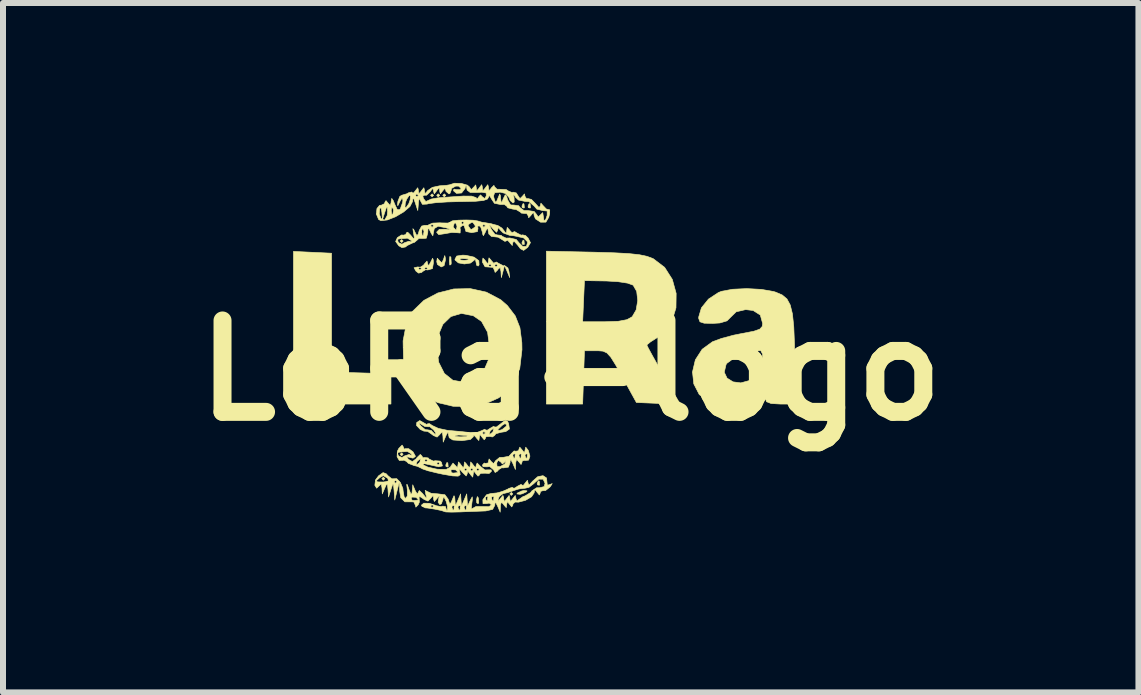
<source format=kicad_pcb>
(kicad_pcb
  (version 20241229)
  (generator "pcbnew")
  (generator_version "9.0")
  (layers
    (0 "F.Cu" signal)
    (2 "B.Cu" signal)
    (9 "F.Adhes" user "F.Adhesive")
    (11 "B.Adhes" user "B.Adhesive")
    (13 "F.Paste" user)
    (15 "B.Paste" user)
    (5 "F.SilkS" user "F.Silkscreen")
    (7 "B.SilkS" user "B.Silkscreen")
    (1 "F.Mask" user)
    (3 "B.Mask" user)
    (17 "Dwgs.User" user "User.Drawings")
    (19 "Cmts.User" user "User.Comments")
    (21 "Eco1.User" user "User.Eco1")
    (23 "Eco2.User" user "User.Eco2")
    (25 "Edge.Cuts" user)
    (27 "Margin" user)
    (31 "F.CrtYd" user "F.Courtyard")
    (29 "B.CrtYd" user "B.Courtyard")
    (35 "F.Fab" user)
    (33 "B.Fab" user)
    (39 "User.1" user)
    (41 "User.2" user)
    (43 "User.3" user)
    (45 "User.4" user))
  (footprint "LoRa-logo"
    (layer "F.Cu")
    (at 6.466 3.128)
    (property "Reference" "LoRa-logo" (at 0 0 0) (layer "F.SilkS") (effects (font (size 1.524 1.524) (thickness 0.3))))
    (attr through_hole)
    (fp_poly (pts (xy -1.104 -1.753) (xy -1.101 -1.745) (xy -1.106 -1.745) (xy -1.104 -1.753)) (stroke (width 0.01) (type solid)) (fill yes) (layer "F.SilkS"))
    (fp_poly (pts (xy -3.099 1.803) (xy -3.124 1.829) (xy -3.15 1.803) (xy -3.124 1.778) (xy -3.099 1.803)) (stroke (width 0.01) (type solid)) (fill yes) (layer "F.SilkS"))
    (fp_poly (pts (xy -2.794 -2.159) (xy -2.819 -2.134) (xy -2.845 -2.159) (xy -2.819 -2.184) (xy -2.794 -2.159)) (stroke (width 0.01) (type solid)) (fill yes) (layer "F.SilkS"))
    (fp_poly (pts (xy -2.794 1.397) (xy -2.819 1.422) (xy -2.845 1.397) (xy -2.819 1.372) (xy -2.794 1.397)) (stroke (width 0.01) (type solid)) (fill yes) (layer "F.SilkS"))
    (fp_poly (pts (xy -2.286 -2.921) (xy -2.311 -2.896) (xy -2.337 -2.921) (xy -2.311 -2.946) (xy -2.286 -2.921)) (stroke (width 0.01) (type solid)) (fill yes) (layer "F.SilkS"))
    (fp_poly (pts (xy -2.184 -2.921) (xy -2.21 -2.896) (xy -2.235 -2.921) (xy -2.21 -2.946) (xy -2.184 -2.921)) (stroke (width 0.01) (type solid)) (fill yes) (layer "F.SilkS"))
    (fp_poly (pts (xy -2.083 -2.921) (xy -2.108 -2.896) (xy -2.134 -2.921) (xy -2.108 -2.946) (xy -2.083 -2.921)) (stroke (width 0.01) (type solid)) (fill yes) (layer "F.SilkS"))
    (fp_poly (pts (xy -0.965 2.057) (xy -0.991 2.083) (xy -1.016 2.057) (xy -0.991 2.032) (xy -0.965 2.057)) (stroke (width 0.01) (type solid)) (fill yes) (layer "F.SilkS"))
    (fp_poly (pts (xy -2.049 1.541) (xy -2.043 1.601) (xy -2.049 1.609) (xy -2.079 1.602) (xy -2.083 1.575) (xy -2.064 1.533) (xy -2.049 1.541)) (stroke (width 0.01) (type solid)) (fill yes) (layer "F.SilkS"))
    (fp_poly (pts (xy -1.998 -1.892) (xy -1.992 -1.788) (xy -1.998 -1.765) (xy -2.017 -1.759) (xy -2.024 -1.829) (xy -2.016 -1.901) (xy -1.998 -1.892)) (stroke (width 0.01) (type solid)) (fill yes) (layer "F.SilkS"))
    (fp_poly (pts (xy -1.54 2.124) (xy -1.534 2.203) (xy -1.544 2.221) (xy -1.567 2.206) (xy -1.571 2.155) (xy -1.558 2.101) (xy -1.54 2.124)) (stroke (width 0.01) (type solid)) (fill yes) (layer "F.SilkS"))
    (fp_poly (pts (xy -1.093 -1.744) (xy -1.047 -1.709) (xy -1.03 -1.651) (xy -1.017 -1.549) (xy -1.06 -1.651) (xy -1.101 -1.745) (xy -1.093 -1.744)) (stroke (width 0.01) (type solid)) (fill yes) (layer "F.SilkS"))
    (fp_poly (pts (xy -0.779 -2.777) (xy -0.773 -2.717) (xy -0.779 -2.709) (xy -0.809 -2.716) (xy -0.813 -2.743) (xy -0.794 -2.785) (xy -0.779 -2.777)) (stroke (width 0.01) (type solid)) (fill yes) (layer "F.SilkS"))
    (fp_poly (pts (xy -0.779 -2.167) (xy -0.773 -2.107) (xy -0.779 -2.1) (xy -0.809 -2.107) (xy -0.813 -2.134) (xy -0.794 -2.175) (xy -0.779 -2.167)) (stroke (width 0.01) (type solid)) (fill yes) (layer "F.SilkS"))
    (fp_poly (pts (xy -0.677 -2.777) (xy -0.671 -2.717) (xy -0.677 -2.709) (xy -0.708 -2.716) (xy -0.711 -2.743) (xy -0.693 -2.785) (xy -0.677 -2.777)) (stroke (width 0.01) (type solid)) (fill yes) (layer "F.SilkS"))
    (fp_poly (pts (xy -0.525 1.846) (xy -0.519 1.906) (xy -0.525 1.913) (xy -0.555 1.906) (xy -0.559 1.88) (xy -0.54 1.838) (xy -0.525 1.846)) (stroke (width 0.01) (type solid)) (fill yes) (layer "F.SilkS"))
    (fp_poly (pts (xy -4.305 -1.971) (xy -3.988 -1.956) (xy -3.988 0.025) (xy -3.493 0.04) (xy -2.997 0.054) (xy -2.997 0.559) (xy -4.623 0.559) (xy -4.623 -1.986) (xy -4.305 -1.971)) (stroke (width 0.01) (type solid)) (fill yes) (layer "F.SilkS"))
    (fp_poly (pts (xy -0.729 2.006) (xy -0.733 2.02) (xy -0.807 2.055) (xy -0.844 2.064) (xy -0.897 2.058) (xy -0.892 2.044) (xy -0.819 2.009) (xy -0.781 2) (xy -0.729 2.006)) (stroke (width 0.01) (type solid)) (fill yes) (layer "F.SilkS"))
    (fp_poly (pts (xy -2.091 -1.879) (xy -2.089 -1.841) (xy -2.112 -1.748) (xy -2.159 -1.727) (xy -2.223 -1.769) (xy -2.234 -1.816) (xy -2.225 -1.873) (xy -2.189 -1.835) (xy -2.189 -1.834) (xy -2.149 -1.796) (xy -2.121 -1.852) (xy -2.119 -1.86) (xy -2.1 -1.917) (xy -2.091 -1.879)) (stroke (width 0.01) (type solid)) (fill yes) (layer "F.SilkS"))
    (fp_poly (pts (xy -1.747 -1.921) (xy -1.612 -1.891) (xy -1.532 -1.831) (xy -1.528 -1.761) (xy -1.543 -1.742) (xy -1.57 -1.756) (xy -1.579 -1.808) (xy -1.592 -1.86) (xy -1.608 -1.841) (xy -1.671 -1.792) (xy -1.774 -1.777) (xy -1.874 -1.795) (xy -1.929 -1.844) (xy -1.929 -1.844) (xy -1.848 -1.844) (xy -1.778 -1.837) (xy -1.706 -1.845) (xy -1.714 -1.862) (xy -1.819 -1.869) (xy -1.841 -1.862) (xy -1.848 -1.844) (xy -1.929 -1.844) (xy -1.93 -1.856) (xy -1.901 -1.909) (xy -1.801 -1.924) (xy -1.747 -1.921)) (stroke (width 0.01) (type solid)) (fill yes) (layer "F.SilkS"))
    (fp_poly (pts (xy -2.292 -1.845) (xy -2.29 -1.791) (xy -2.306 -1.699) (xy -2.383 -1.677) (xy -2.41 -1.68) (xy -2.388 -1.702) (xy -2.413 -1.727) (xy -2.438 -1.702) (xy -2.417 -1.68) (xy -2.42 -1.681) (xy -2.473 -1.649) (xy -2.484 -1.636) (xy -2.537 -1.624) (xy -2.58 -1.657) (xy -2.612 -1.713) (xy -2.555 -1.727) (xy -2.518 -1.724) (xy -2.54 -1.702) (xy -2.515 -1.676) (xy -2.489 -1.702) (xy -2.511 -1.723) (xy -2.508 -1.723) (xy -2.456 -1.755) (xy -2.432 -1.786) (xy -2.396 -1.825) (xy -2.385 -1.778) (xy -2.37 -1.746) (xy -2.337 -1.803) (xy -2.303 -1.872) (xy -2.292 -1.845)) (stroke (width 0.01) (type solid)) (fill yes) (layer "F.SilkS"))
    (fp_poly (pts (xy -1.329 -1.841) (xy -1.321 -1.829) (xy -1.28 -1.785) (xy -1.271 -1.797) (xy -1.24 -1.81) (xy -1.206 -1.789) (xy -1.122 -1.746) (xy -1.106 -1.745) (xy -1.13 -1.651) (xy -1.157 -1.549) (xy -1.163 -1.651) (xy -1.176 -1.718) (xy -1.21 -1.691) (xy -1.219 -1.676) (xy -1.26 -1.635) (xy -1.269 -1.664) (xy -1.294 -1.719) (xy -1.308 -1.721) (xy -1.428 -1.73) (xy -1.441 -1.753) (xy -1.372 -1.753) (xy -1.346 -1.727) (xy -1.321 -1.753) (xy -1.27 -1.753) (xy -1.245 -1.727) (xy -1.219 -1.753) (xy -1.245 -1.778) (xy -1.27 -1.753) (xy -1.321 -1.753) (xy -1.346 -1.778) (xy -1.372 -1.753) (xy -1.441 -1.753) (xy -1.472 -1.806) (xy -1.472 -1.816) (xy -1.464 -1.875) (xy -1.429 -1.839) (xy -1.422 -1.829) (xy -1.383 -1.778) (xy -1.372 -1.816) (xy -1.372 -1.829) (xy -1.363 -1.879) (xy -1.329 -1.841)) (stroke (width 0.01) (type solid)) (fill yes) (layer "F.SilkS"))
    (fp_poly (pts (xy -1.407 -1.307) (xy -1.167 -1.18) (xy -1.057 -1.084) (xy -0.924 -0.91) (xy -0.847 -0.714) (xy -0.815 -0.464) (xy -0.813 -0.347) (xy -0.85 -0.031) (xy -0.966 0.225) (xy -1.164 0.428) (xy -1.204 0.457) (xy -1.418 0.553) (xy -1.683 0.6) (xy -1.961 0.596) (xy -2.211 0.537) (xy -2.261 0.516) (xy -2.517 0.344) (xy -2.694 0.113) (xy -2.787 -0.169) (xy -2.793 -0.385) (xy -2.235 -0.385) (xy -2.201 -0.137) (xy -2.107 0.049) (xy -1.965 0.162) (xy -1.785 0.194) (xy -1.608 0.147) (xy -1.459 0.025) (xy -1.374 -0.173) (xy -1.353 -0.381) (xy -1.386 -0.637) (xy -1.487 -0.819) (xy -1.625 -0.914) (xy -1.824 -0.952) (xy -1.998 -0.9) (xy -2.132 -0.77) (xy -2.215 -0.572) (xy -2.235 -0.385) (xy -2.793 -0.385) (xy -2.795 -0.495) (xy -2.743 -0.765) (xy -2.632 -0.992) (xy -2.449 -1.169) (xy -2.216 -1.293) (xy -1.951 -1.36) (xy -1.675 -1.366) (xy -1.407 -1.307)) (stroke (width 0.01) (type solid)) (fill yes) (layer "F.SilkS"))
    (fp_poly (pts (xy 0.394 -1.973) (xy 0.722 -1.963) (xy 0.967 -1.95) (xy 1.144 -1.931) (xy 1.272 -1.904) (xy 1.368 -1.868) (xy 1.374 -1.866) (xy 1.566 -1.72) (xy 1.694 -1.519) (xy 1.758 -1.286) (xy 1.755 -1.045) (xy 1.686 -0.818) (xy 1.547 -0.628) (xy 1.439 -0.547) (xy 1.331 -0.478) (xy 1.273 -0.43) (xy 1.27 -0.424) (xy 1.294 -0.373) (xy 1.359 -0.254) (xy 1.454 -0.084) (xy 1.548 0.081) (xy 1.827 0.563) (xy 1.461 0.548) (xy 1.095 0.533) (xy 0.858 0.102) (xy 0.747 -0.097) (xy 0.668 -0.223) (xy 0.604 -0.293) (xy 0.539 -0.323) (xy 0.457 -0.33) (xy 0.424 -0.33) (xy 0.229 -0.33) (xy 0.199 0.559) (xy -0.406 0.559) (xy -0.406 -0.813) (xy 0.199 -0.813) (xy 0.565 -0.813) (xy 0.79 -0.821) (xy 0.937 -0.848) (xy 1.025 -0.897) (xy 1.091 -1.011) (xy 1.117 -1.166) (xy 1.1 -1.319) (xy 1.041 -1.423) (xy 0.949 -1.457) (xy 0.785 -1.482) (xy 0.596 -1.493) (xy 0.229 -1.499) (xy 0.214 -1.156) (xy 0.199 -0.813) (xy -0.406 -0.813) (xy -0.406 -1.99) (xy 0.394 -1.973)) (stroke (width 0.01) (type solid)) (fill yes) (layer "F.SilkS"))
    (fp_poly (pts (xy 3.179 -1.353) (xy 3.384 -1.317) (xy 3.419 -1.306) (xy 3.526 -1.26) (xy 3.605 -1.194) (xy 3.66 -1.093) (xy 3.697 -0.943) (xy 3.719 -0.729) (xy 3.731 -0.436) (xy 3.734 -0.225) (xy 3.744 0.559) (xy 3.498 0.559) (xy 3.341 0.55) (xy 3.265 0.52) (xy 3.251 0.483) (xy 3.237 0.442) (xy 3.179 0.451) (xy 3.061 0.508) (xy 2.811 0.592) (xy 2.543 0.598) (xy 2.305 0.529) (xy 2.143 0.4) (xy 2.052 0.223) (xy 2.031 0.029) (xy 2.56 0.029) (xy 2.607 0.127) (xy 2.707 0.189) (xy 2.836 0.206) (xy 2.972 0.169) (xy 3.093 0.073) (xy 3.095 0.069) (xy 3.159 -0.044) (xy 3.195 -0.168) (xy 3.199 -0.273) (xy 3.169 -0.331) (xy 3.137 -0.331) (xy 3.051 -0.306) (xy 2.911 -0.268) (xy 2.858 -0.255) (xy 2.709 -0.197) (xy 2.606 -0.122) (xy 2.59 -0.1) (xy 2.56 0.029) (xy 2.031 0.029) (xy 2.031 0.022) (xy 2.078 -0.178) (xy 2.192 -0.355) (xy 2.364 -0.48) (xy 2.516 -0.536) (xy 2.718 -0.59) (xy 2.874 -0.621) (xy 3.052 -0.655) (xy 3.151 -0.689) (xy 3.193 -0.735) (xy 3.2 -0.785) (xy 3.161 -0.925) (xy 3.042 -1.001) (xy 2.917 -1.016) (xy 2.759 -0.979) (xy 2.681 -0.903) (xy 2.605 -0.828) (xy 2.487 -0.793) (xy 2.37 -0.786) (xy 2.225 -0.789) (xy 2.155 -0.812) (xy 2.134 -0.868) (xy 2.134 -0.892) (xy 2.179 -1.045) (xy 2.297 -1.191) (xy 2.462 -1.3) (xy 2.515 -1.321) (xy 2.698 -1.355) (xy 2.935 -1.366) (xy 3.179 -1.353)) (stroke (width 0.01) (type solid)) (fill yes) (layer "F.SilkS"))
    (fp_poly (pts (xy -0.813 1.321) (xy -0.773 1.371) (xy -0.762 1.333) (xy -0.761 1.321) (xy -0.75 1.278) (xy -0.712 1.326) (xy -0.707 1.334) (xy -0.68 1.427) (xy -0.702 1.494) (xy -0.759 1.5) (xy -0.766 1.496) (xy -0.808 1.508) (xy -0.814 1.534) (xy -0.828 1.567) (xy -0.864 1.524) (xy -0.902 1.481) (xy -0.916 1.53) (xy -0.917 1.549) (xy -0.922 1.651) (xy -0.965 1.549) (xy -0.999 1.484) (xy -1.011 1.51) (xy -1.012 1.537) (xy -1.039 1.611) (xy -1.126 1.624) (xy -1.15 1.621) (xy -1.202 1.653) (xy -1.219 1.676) (xy -1.26 1.701) (xy -1.286 1.656) (xy -1.351 1.601) (xy -1.395 1.606) (xy -1.461 1.604) (xy -1.473 1.577) (xy -1.442 1.542) (xy -1.422 1.549) (xy -1.376 1.54) (xy -1.371 1.514) (xy -1.361 1.474) (xy -1.327 1.516) (xy -1.285 1.554) (xy -1.276 1.54) (xy -1.234 1.54) (xy -1.228 1.599) (xy -1.18 1.603) (xy -1.102 1.561) (xy -1.086 1.531) (xy -1.086 1.5) (xy -1.102 1.528) (xy -1.139 1.558) (xy -1.167 1.525) (xy -1.208 1.497) (xy -1.234 1.54) (xy -1.276 1.54) (xy -1.254 1.505) (xy -1.186 1.449) (xy -1.124 1.447) (xy -1.029 1.43) (xy -1.022 1.422) (xy -0.965 1.422) (xy -0.947 1.464) (xy -0.931 1.456) (xy -0.928 1.422) (xy -0.864 1.422) (xy -0.845 1.464) (xy -0.83 1.456) (xy -0.826 1.422) (xy -0.762 1.422) (xy -0.743 1.464) (xy -0.728 1.456) (xy -0.722 1.396) (xy -0.728 1.389) (xy -0.758 1.396) (xy -0.762 1.422) (xy -0.826 1.422) (xy -0.824 1.396) (xy -0.83 1.389) (xy -0.86 1.396) (xy -0.864 1.422) (xy -0.928 1.422) (xy -0.925 1.396) (xy -0.931 1.389) (xy -0.962 1.396) (xy -0.965 1.422) (xy -1.022 1.422) (xy -0.995 1.39) (xy -0.944 1.34) (xy -0.915 1.346) (xy -0.868 1.337) (xy -0.863 1.311) (xy -0.849 1.278) (xy -0.813 1.321)) (stroke (width 0.01) (type solid)) (fill yes) (layer "F.SilkS"))
    (fp_poly (pts (xy -1.056 0.841) (xy -1.036 0.884) (xy -1.022 0.975) (xy -1.083 1.018) (xy -1.163 1.03) (xy -1.248 1.054) (xy -1.27 1.083) (xy -1.307 1.108) (xy -1.346 1.099) (xy -1.412 1.104) (xy -1.423 1.132) (xy -1.442 1.155) (xy -1.473 1.118) (xy -1.513 1.067) (xy -1.524 1.105) (xy -1.524 1.118) (xy -1.532 1.168) (xy -1.567 1.13) (xy -1.575 1.118) (xy -1.616 1.076) (xy -1.625 1.105) (xy -1.673 1.15) (xy -1.807 1.168) (xy -1.829 1.168) (xy -1.966 1.158) (xy -2.026 1.12) (xy -2.031 1.097) (xy -1.934 1.097) (xy -1.863 1.105) (xy -1.829 1.106) (xy -1.736 1.101) (xy -1.725 1.087) (xy -1.74 1.083) (xy -1.869 1.075) (xy -1.918 1.083) (xy -1.934 1.097) (xy -2.031 1.097) (xy -2.036 1.079) (xy -2.041 1.041) (xy -1.473 1.041) (xy -1.448 1.067) (xy -1.444 1.063) (xy -1.359 1.063) (xy -1.352 1.067) (xy -1.306 1.031) (xy -1.295 1.016) (xy -1.29 0.995) (xy -1.219 0.995) (xy -1.181 0.996) (xy -1.143 0.984) (xy -1.076 0.93) (xy -1.067 0.903) (xy -1.097 0.886) (xy -1.143 0.914) (xy -1.206 0.975) (xy -1.219 0.995) (xy -1.29 0.995) (xy -1.282 0.969) (xy -1.289 0.965) (xy -1.336 1.001) (xy -1.346 1.016) (xy -1.359 1.063) (xy -1.444 1.063) (xy -1.422 1.041) (xy -1.448 1.016) (xy -1.473 1.041) (xy -2.041 1.041) (xy -2.044 1.025) (xy -2.069 1.062) (xy -2.083 1.092) (xy -2.126 1.194) (xy -2.131 1.092) (xy -2.142 1.026) (xy -2.176 1.055) (xy -2.181 1.064) (xy -2.228 1.11) (xy -2.291 1.083) (xy -2.315 1.064) (xy -2.385 1.015) (xy -2.408 1.013) (xy -2.449 1.01) (xy -2.509 0.982) (xy -2.572 0.915) (xy -2.568 0.868) (xy -2.561 0.863) (xy -2.538 0.863) (xy -2.522 0.894) (xy -2.496 0.927) (xy -2.425 0.986) (xy -2.385 0.989) (xy -2.325 0.999) (xy -2.312 1.015) (xy -2.262 1.064) (xy -2.251 1.067) (xy -2.255 1.035) (xy -2.287 0.989) (xy -2.35 0.937) (xy -2.377 0.938) (xy -2.433 0.933) (xy -2.485 0.901) (xy -2.538 0.863) (xy -2.561 0.863) (xy -2.517 0.834) (xy -2.459 0.867) (xy -2.4 0.9) (xy -2.388 0.889) (xy -2.356 0.885) (xy -2.307 0.918) (xy -2.206 0.965) (xy -2.056 0.997) (xy -2.015 1.001) (xy -1.846 1.016) (xy -1.698 1.032) (xy -1.676 1.035) (xy -1.554 1.03) (xy -1.486 1.003) (xy -1.431 0.978) (xy -1.422 0.991) (xy -1.391 0.995) (xy -1.346 0.965) (xy -1.285 0.93) (xy -1.27 0.941) (xy -1.239 0.942) (xy -1.169 0.89) (xy -1.094 0.83) (xy -1.056 0.841)) (stroke (width 0.01) (type solid)) (fill yes) (layer "F.SilkS"))
    (fp_poly (pts (xy -2.794 1.269) (xy -2.776 1.312) (xy -2.761 1.304) (xy -2.702 1.303) (xy -2.631 1.354) (xy -2.591 1.425) (xy -2.591 1.434) (xy -2.629 1.461) (xy -2.68 1.45) (xy -2.738 1.435) (xy -2.712 1.473) (xy -2.702 1.483) (xy -2.64 1.519) (xy -2.579 1.473) (xy -2.562 1.451) (xy -2.508 1.399) (xy -2.489 1.416) (xy -2.462 1.456) (xy -2.442 1.45) (xy -2.377 1.457) (xy -2.361 1.476) (xy -2.291 1.51) (xy -2.257 1.504) (xy -2.176 1.51) (xy -2.156 1.53) (xy -2.139 1.591) (xy -2.202 1.605) (xy -2.337 1.575) (xy -2.442 1.552) (xy -2.466 1.566) (xy -2.46 1.574) (xy -2.381 1.611) (xy -2.248 1.641) (xy -2.219 1.646) (xy -2.077 1.649) (xy -2.006 1.611) (xy -1.997 1.592) (xy -1.963 1.544) (xy -1.924 1.583) (xy -1.888 1.622) (xy -1.88 1.575) (xy -1.871 1.524) (xy -1.837 1.562) (xy -1.829 1.575) (xy -1.789 1.625) (xy -1.778 1.587) (xy -1.778 1.575) (xy -1.77 1.524) (xy -1.735 1.562) (xy -1.727 1.575) (xy -1.687 1.625) (xy -1.677 1.587) (xy -1.676 1.575) (xy -1.668 1.524) (xy -1.634 1.562) (xy -1.626 1.575) (xy -1.586 1.623) (xy -1.576 1.583) (xy -1.576 1.578) (xy -1.56 1.542) (xy -1.51 1.593) (xy -1.506 1.598) (xy -1.431 1.658) (xy -1.379 1.656) (xy -1.327 1.656) (xy -1.321 1.679) (xy -1.361 1.717) (xy -1.422 1.712) (xy -1.505 1.714) (xy -1.525 1.745) (xy -1.546 1.761) (xy -1.575 1.727) (xy -1.615 1.677) (xy -1.625 1.715) (xy -1.626 1.727) (xy -1.634 1.778) (xy -1.668 1.74) (xy -1.676 1.727) (xy -1.716 1.679) (xy -1.726 1.719) (xy -1.726 1.724) (xy -1.743 1.758) (xy -1.798 1.705) (xy -1.804 1.699) (xy -1.845 1.651) (xy -1.778 1.651) (xy -1.753 1.676) (xy -1.727 1.651) (xy -1.676 1.651) (xy -1.651 1.676) (xy -1.626 1.651) (xy -1.575 1.651) (xy -1.549 1.676) (xy -1.524 1.651) (xy -1.549 1.626) (xy -1.575 1.651) (xy -1.626 1.651) (xy -1.651 1.626) (xy -1.676 1.651) (xy -1.727 1.651) (xy -1.753 1.626) (xy -1.778 1.651) (xy -1.845 1.651) (xy -1.855 1.64) (xy -1.857 1.664) (xy -1.85 1.686) (xy -1.843 1.738) (xy -1.877 1.761) (xy -1.97 1.757) (xy -2.138 1.728) (xy -2.235 1.707) (xy -2.377 1.672) (xy -2.393 1.667) (xy -2.001 1.667) (xy -1.986 1.705) (xy -1.954 1.71) (xy -1.887 1.702) (xy -1.88 1.696) (xy -1.917 1.657) (xy -1.982 1.653) (xy -2.001 1.667) (xy -2.393 1.667) (xy -2.472 1.64) (xy -2.489 1.63) (xy -2.555 1.598) (xy -2.616 1.583) (xy -2.646 1.571) (xy -2.578 1.571) (xy -2.571 1.575) (xy -2.538 1.549) (xy -2.235 1.549) (xy -2.21 1.575) (xy -2.184 1.549) (xy -2.21 1.524) (xy -2.235 1.549) (xy -2.538 1.549) (xy -2.525 1.539) (xy -2.515 1.524) (xy -2.508 1.499) (xy -2.438 1.499) (xy -2.413 1.524) (xy -2.388 1.499) (xy -2.413 1.473) (xy -2.438 1.499) (xy -2.508 1.499) (xy -2.502 1.477) (xy -2.509 1.473) (xy -2.555 1.509) (xy -2.565 1.524) (xy -2.578 1.571) (xy -2.646 1.571) (xy -2.707 1.548) (xy -2.735 1.519) (xy -2.782 1.493) (xy -2.793 1.498) (xy -2.858 1.5) (xy -2.895 1.438) (xy -2.892 1.368) (xy -2.886 1.368) (xy -2.88 1.405) (xy -2.869 1.425) (xy -2.813 1.45) (xy -2.772 1.425) (xy -2.695 1.399) (xy -2.667 1.41) (xy -2.648 1.412) (xy -2.659 1.389) (xy -2.723 1.349) (xy -2.851 1.36) (xy -2.886 1.368) (xy -2.892 1.368) (xy -2.891 1.347) (xy -2.866 1.298) (xy -2.811 1.243) (xy -2.794 1.269)) (stroke (width 0.01) (type solid)) (fill yes) (layer "F.SilkS"))
    (fp_poly (pts (xy -1.623 -2.506) (xy -1.546 -2.493) (xy -1.537 -2.489) (xy -1.483 -2.473) (xy -1.422 -2.464) (xy -1.327 -2.448) (xy -1.295 -2.438) (xy -1.227 -2.421) (xy -1.217 -2.419) (xy -1.147 -2.375) (xy -1.117 -2.337) (xy -1.078 -2.286) (xy -1.067 -2.325) (xy -1.067 -2.337) (xy -1.059 -2.387) (xy -1.024 -2.349) (xy -1.016 -2.337) (xy -0.975 -2.293) (xy -0.966 -2.305) (xy -0.935 -2.317) (xy -0.897 -2.293) (xy -0.826 -2.257) (xy -0.803 -2.262) (xy -0.754 -2.251) (xy -0.71 -2.208) (xy -0.671 -2.132) (xy -0.714 -2.058) (xy -0.722 -2.05) (xy -0.785 -2.003) (xy -0.838 -2.03) (xy -0.883 -2.089) (xy -0.944 -2.157) (xy -0.966 -2.134) (xy -0.966 -2.132) (xy -0.974 -2.084) (xy -1.01 -2.124) (xy -1.016 -2.134) (xy -1.057 -2.177) (xy -1.066 -2.165) (xy -1.097 -2.153) (xy -1.13 -2.174) (xy -1.21 -2.223) (xy -1.314 -2.235) (xy -1.321 -2.235) (xy -1.366 -2.277) (xy -1.375 -2.324) (xy -1.383 -2.378) (xy -1.409 -2.342) (xy -1.422 -2.311) (xy -1.456 -2.248) (xy -1.469 -2.276) (xy -1.47 -2.296) (xy -1.499 -2.388) (xy -1.523 -2.413) (xy -1.553 -2.405) (xy -1.546 -2.371) (xy -1.556 -2.316) (xy -1.651 -2.299) (xy -1.747 -2.318) (xy -1.76 -2.36) (xy -1.776 -2.413) (xy -1.71 -2.413) (xy -1.671 -2.357) (xy -1.651 -2.354) (xy -1.595 -2.393) (xy -1.592 -2.413) (xy -1.473 -2.413) (xy -1.448 -2.388) (xy -1.422 -2.413) (xy -1.44 -2.43) (xy -1.353 -2.43) (xy -1.351 -2.412) (xy -1.321 -2.348) (xy -1.264 -2.271) (xy -1.22 -2.26) (xy -1.157 -2.253) (xy -1.145 -2.239) (xy -1.077 -2.208) (xy -1.015 -2.21) (xy -0.908 -2.185) (xy -0.861 -2.129) (xy -0.799 -2.068) (xy -0.739 -2.07) (xy -0.72 -2.131) (xy -0.725 -2.151) (xy -0.785 -2.211) (xy -0.804 -2.216) (xy -0.88 -2.232) (xy -0.889 -2.235) (xy -0.955 -2.248) (xy -1.018 -2.254) (xy -1.126 -2.294) (xy -1.169 -2.337) (xy -1.208 -2.385) (xy -1.218 -2.345) (xy -1.218 -2.34) (xy -1.236 -2.305) (xy -1.291 -2.357) (xy -1.298 -2.365) (xy -1.353 -2.43) (xy -1.44 -2.43) (xy -1.448 -2.438) (xy -1.473 -2.413) (xy -1.592 -2.413) (xy -1.631 -2.469) (xy -1.651 -2.472) (xy -1.707 -2.433) (xy -1.71 -2.413) (xy -1.776 -2.413) (xy -1.777 -2.415) (xy -1.803 -2.421) (xy -1.847 -2.385) (xy -1.841 -2.347) (xy -1.844 -2.293) (xy -1.884 -2.297) (xy -1.984 -2.302) (xy -2.095 -2.282) (xy -2.201 -2.266) (xy -2.235 -2.304) (xy -2.235 -2.308) (xy -2.191 -2.354) (xy -2.095 -2.356) (xy -2.001 -2.345) (xy -2.004 -2.354) (xy -2.083 -2.381) (xy -2.177 -2.399) (xy -1.96 -2.399) (xy -1.954 -2.384) (xy -1.912 -2.34) (xy -1.897 -2.392) (xy -1.897 -2.411) (xy -1.919 -2.462) (xy -1.94 -2.458) (xy -1.96 -2.399) (xy -2.177 -2.399) (xy -2.212 -2.406) (xy -2.275 -2.367) (xy -2.29 -2.296) (xy -2.299 -2.246) (xy -2.327 -2.288) (xy -2.337 -2.311) (xy -2.37 -2.378) (xy -2.381 -2.351) (xy -2.384 -2.293) (xy -2.408 -2.206) (xy -2.461 -2.202) (xy -2.533 -2.203) (xy -2.549 -2.185) (xy -2.607 -2.136) (xy -2.642 -2.125) (xy -2.732 -2.081) (xy -2.752 -2.061) (xy -2.814 -2.049) (xy -2.867 -2.08) (xy -2.919 -2.152) (xy -2.903 -2.188) (xy -2.886 -2.188) (xy -2.88 -2.151) (xy -2.869 -2.131) (xy -2.813 -2.106) (xy -2.772 -2.131) (xy -2.695 -2.157) (xy -2.667 -2.146) (xy -2.648 -2.144) (xy -2.659 -2.167) (xy -2.723 -2.207) (xy -2.851 -2.196) (xy -2.886 -2.188) (xy -2.903 -2.188) (xy -2.89 -2.216) (xy -2.82 -2.261) (xy -2.788 -2.257) (xy -2.747 -2.269) (xy -2.743 -2.293) (xy -2.719 -2.307) (xy -2.67 -2.258) (xy -2.617 -2.193) (xy -2.608 -2.216) (xy -2.62 -2.286) (xy -2.632 -2.365) (xy -2.617 -2.35) (xy -2.6 -2.314) (xy -2.566 -2.249) (xy -2.543 -2.274) (xy -2.531 -2.316) (xy -2.485 -2.316) (xy -2.476 -2.25) (xy -2.459 -2.249) (xy -2.446 -2.317) (xy -2.454 -2.346) (xy -2.477 -2.366) (xy -2.485 -2.316) (xy -2.531 -2.316) (xy -2.527 -2.332) (xy -2.486 -2.409) (xy -2.467 -2.413) (xy -2.337 -2.413) (xy -2.311 -2.388) (xy -2.286 -2.413) (xy -2.311 -2.438) (xy -2.337 -2.413) (xy -2.467 -2.413) (xy -2.445 -2.417) (xy -2.379 -2.418) (xy -2.366 -2.432) (xy -2.301 -2.458) (xy -2.18 -2.463) (xy -2.158 -2.461) (xy -2.047 -2.459) (xy -2.033 -2.464) (xy -1.829 -2.464) (xy -1.803 -2.438) (xy -1.778 -2.464) (xy -1.803 -2.489) (xy -1.829 -2.464) (xy -2.033 -2.464) (xy -2 -2.476) (xy -2.002 -2.482) (xy -1.969 -2.497) (xy -1.87 -2.507) (xy -1.743 -2.51) (xy -1.623 -2.506)) (stroke (width 0.01) (type solid)) (fill yes) (layer "F.SilkS"))
    (fp_poly (pts (xy -1.823 -3.119) (xy -1.741 -3.096) (xy -1.757 -3.056) (xy -1.762 -3.035) (xy -1.82 -2.96) (xy -1.905 -2.954) (xy -1.955 -2.997) (xy -1.947 -3.025) (xy -1.908 -3.017) (xy -1.841 -3.015) (xy -1.829 -3.038) (xy -1.869 -3.075) (xy -1.918 -3.075) (xy -1.987 -3.036) (xy -1.994 -3.003) (xy -2.015 -2.95) (xy -2.032 -2.946) (xy -2.08 -2.987) (xy -2.084 -3.01) (xy -2.101 -3.036) (xy -2.134 -2.997) (xy -2.173 -2.947) (xy -2.184 -2.985) (xy -2.184 -2.997) (xy -2.193 -3.048) (xy -2.227 -3.01) (xy -2.235 -2.997) (xy -2.275 -2.947) (xy -2.286 -2.985) (xy -2.287 -2.997) (xy -2.299 -3.039) (xy -2.337 -2.991) (xy -2.341 -2.983) (xy -2.403 -2.923) (xy -2.441 -2.923) (xy -2.466 -2.911) (xy -2.456 -2.869) (xy -2.416 -2.818) (xy -2.393 -2.828) (xy -2.326 -2.859) (xy -2.202 -2.881) (xy -2.184 -2.882) (xy -2.012 -2.894) (xy -1.819 -2.907) (xy -1.791 -2.909) (xy -1.654 -2.908) (xy -1.578 -2.884) (xy -1.571 -2.872) (xy -1.554 -2.861) (xy -1.539 -2.889) (xy -1.504 -2.929) (xy -1.474 -2.897) (xy -1.434 -2.868) (xy -1.408 -2.911) (xy -1.41 -2.96) (xy -1.482 -2.973) (xy -1.553 -2.969) (xy -1.676 -2.969) (xy -1.727 -3.008) (xy -1.733 -3.038) (xy -1.741 -3.096) (xy -1.723 -3.091) (xy -1.69 -3.062) (xy -1.658 -3.016) (xy -1.619 -3.056) (xy -1.584 -3.095) (xy -1.575 -3.048) (xy -1.567 -2.997) (xy -1.532 -3.035) (xy -1.524 -3.048) (xy -1.484 -3.099) (xy -1.474 -3.061) (xy -1.473 -3.048) (xy -1.465 -2.997) (xy -1.431 -3.035) (xy -1.422 -3.048) (xy -1.383 -3.099) (xy -1.372 -3.061) (xy -1.372 -3.048) (xy -1.363 -2.997) (xy -1.329 -3.035) (xy -1.321 -3.048) (xy -1.28 -3.087) (xy -1.271 -3.064) (xy -1.229 -3.023) (xy -1.169 -3.022) (xy -1.074 -3.017) (xy -1.039 -2.993) (xy -0.978 -2.967) (xy -0.961 -2.974) (xy -0.907 -2.961) (xy -0.882 -2.92) (xy -0.846 -2.866) (xy -0.807 -2.904) (xy -0.771 -2.945) (xy -0.763 -2.905) (xy -0.735 -2.862) (xy -0.715 -2.868) (xy -0.655 -2.853) (xy -0.588 -2.784) (xy -0.528 -2.717) (xy -0.507 -2.744) (xy -0.507 -2.745) (xy -0.497 -2.791) (xy -0.463 -2.752) (xy -0.408 -2.694) (xy -0.388 -2.688) (xy -0.35 -2.679) (xy -0.351 -2.617) (xy -0.366 -2.556) (xy -0.414 -2.474) (xy -0.502 -2.473) (xy -0.588 -2.529) (xy -0.61 -2.584) (xy -0.618 -2.639) (xy -0.653 -2.602) (xy -0.66 -2.591) (xy -0.701 -2.547) (xy -0.71 -2.581) (xy -0.738 -2.624) (xy -0.758 -2.618) (xy -0.824 -2.625) (xy -0.838 -2.641) (xy -0.91 -2.684) (xy -0.968 -2.692) (xy -1.049 -2.713) (xy -1.067 -2.74) (xy -1.108 -2.77) (xy -1.171 -2.768) (xy -1.272 -2.788) (xy -1.32 -2.86) (xy -1.35 -2.912) (xy -1.287 -2.912) (xy -1.28 -2.877) (xy -1.256 -2.804) (xy -1.232 -2.828) (xy -1.214 -2.873) (xy -1.184 -2.943) (xy -1.172 -2.916) (xy -1.168 -2.87) (xy -1.16 -2.798) (xy -1.141 -2.823) (xy -1.123 -2.867) (xy -1.091 -2.932) (xy -1.069 -2.906) (xy -1.053 -2.848) (xy -1.003 -2.761) (xy -0.947 -2.759) (xy -0.868 -2.748) (xy -0.845 -2.717) (xy -0.78 -2.668) (xy -0.711 -2.667) (xy -0.609 -2.652) (xy -0.575 -2.61) (xy -0.541 -2.56) (xy -0.502 -2.599) (xy -0.467 -2.633) (xy -0.458 -2.578) (xy -0.446 -2.498) (xy -0.418 -2.515) (xy -0.393 -2.587) (xy -0.393 -2.66) (xy -0.463 -2.666) (xy -0.565 -2.691) (xy -0.61 -2.743) (xy -0.697 -2.816) (xy -0.761 -2.82) (xy -0.87 -2.842) (xy -0.917 -2.886) (xy -0.958 -2.944) (xy -0.955 -2.914) (xy -0.945 -2.883) (xy -0.942 -2.809) (xy -0.963 -2.794) (xy -1.01 -2.836) (xy -1.025 -2.88) (xy -1.086 -2.952) (xy -1.174 -2.974) (xy -1.268 -2.965) (xy -1.287 -2.912) (xy -1.35 -2.912) (xy -1.355 -2.92) (xy -1.368 -2.896) (xy -1.388 -2.859) (xy -1.455 -2.835) (xy -1.587 -2.822) (xy -1.801 -2.817) (xy -1.841 -2.817) (xy -2.058 -2.811) (xy -2.243 -2.799) (xy -2.367 -2.783) (xy -2.396 -2.775) (xy -2.473 -2.771) (xy -2.504 -2.828) (xy -2.523 -2.874) (xy -2.536 -2.825) (xy -2.539 -2.794) (xy -2.55 -2.667) (xy -2.591 -2.794) (xy -2.62 -2.873) (xy -2.634 -2.859) (xy -2.637 -2.819) (xy -2.681 -2.734) (xy -2.786 -2.644) (xy -2.921 -2.564) (xy -3.058 -2.51) (xy -3.165 -2.499) (xy -3.203 -2.518) (xy -3.24 -2.608) (xy -3.24 -2.611) (xy -3.193 -2.611) (xy -3.162 -2.533) (xy -3.14 -2.523) (xy -3.139 -2.515) (xy -3.137 -2.522) (xy -3.11 -2.509) (xy -3.099 -2.514) (xy -3.06 -2.585) (xy -3.053 -2.657) (xy -3.054 -2.671) (xy -2.993 -2.671) (xy -2.984 -2.605) (xy -2.967 -2.605) (xy -2.954 -2.673) (xy -2.962 -2.702) (xy -2.985 -2.721) (xy -2.993 -2.671) (xy -3.054 -2.671) (xy -3.06 -2.729) (xy -3.076 -2.709) (xy -3.099 -2.642) (xy -3.137 -2.522) (xy -3.14 -2.523) (xy -3.149 -2.642) (xy -3.163 -2.713) (xy -3.184 -2.703) (xy -3.193 -2.611) (xy -3.24 -2.611) (xy -3.231 -2.701) (xy -3.186 -2.755) (xy -3.159 -2.756) (xy -3.103 -2.783) (xy -3.098 -2.807) (xy -3.08 -2.833) (xy -3.048 -2.794) (xy -3.009 -2.751) (xy -2.995 -2.8) (xy -2.994 -2.819) (xy -2.984 -2.87) (xy -2.957 -2.83) (xy -2.936 -2.776) (xy -2.892 -2.683) (xy -2.853 -2.682) (xy -2.839 -2.699) (xy -2.831 -2.724) (xy -2.764 -2.724) (xy -2.745 -2.717) (xy -2.7 -2.782) (xy -2.678 -2.844) (xy -2.672 -2.915) (xy -2.689 -2.921) (xy -2.591 -2.921) (xy -2.565 -2.896) (xy -2.54 -2.921) (xy -2.565 -2.946) (xy -2.591 -2.921) (xy -2.689 -2.921) (xy -2.691 -2.922) (xy -2.735 -2.857) (xy -2.758 -2.795) (xy -2.764 -2.724) (xy -2.831 -2.724) (xy -2.801 -2.808) (xy -2.798 -2.845) (xy -2.813 -2.876) (xy -2.848 -2.819) (xy -2.883 -2.747) (xy -2.888 -2.767) (xy -2.882 -2.819) (xy -2.85 -2.902) (xy -2.819 -2.922) (xy -2.733 -2.947) (xy -2.705 -2.963) (xy -2.649 -2.977) (xy -2.641 -2.962) (xy -2.619 -2.961) (xy -2.591 -2.997) (xy -2.551 -3.048) (xy -2.54 -3.01) (xy -2.54 -2.997) (xy -2.532 -2.947) (xy -2.497 -2.985) (xy -2.489 -2.997) (xy -2.449 -3.048) (xy -2.439 -3.01) (xy -2.438 -2.997) (xy -2.43 -2.947) (xy -2.396 -2.985) (xy -2.389 -2.997) (xy -2.307 -3.054) (xy -2.186 -3.08) (xy -2.074 -3.088) (xy -2.019 -3.097) (xy -2.019 -3.097) (xy -1.939 -3.123) (xy -1.823 -3.119)) (stroke (width 0.01) (type solid)) (fill yes) (layer "F.SilkS"))
    (fp_poly (pts (xy -3.075 1.722) (xy -3.048 1.753) (xy -2.984 1.805) (xy -2.957 1.805) (xy -2.901 1.803) (xy -2.84 1.867) (xy -2.799 1.965) (xy -2.794 2.013) (xy -2.778 2.105) (xy -2.75 2.134) (xy -2.745 2.124) (xy -2.661 2.124) (xy -2.646 2.162) (xy -2.614 2.167) (xy -2.548 2.16) (xy -2.54 2.154) (xy -2.578 2.114) (xy -2.643 2.11) (xy -2.661 2.124) (xy -2.745 2.124) (xy -2.724 2.09) (xy -2.724 1.994) (xy -2.735 1.899) (xy -2.726 1.901) (xy -2.697 1.981) (xy -2.664 2.062) (xy -2.648 2.05) (xy -2.643 2.007) (xy -2.634 1.905) (xy -2.591 2.007) (xy -2.556 2.062) (xy -2.544 2.035) (xy -2.525 2) (xy -2.471 2.051) (xy -2.464 2.06) (xy -2.408 2.128) (xy -2.401 2.115) (xy -2.418 2.057) (xy -2.427 1.997) (xy -2.405 2.01) (xy -2.327 2.047) (xy -2.216 2.056) (xy -2.098 2.071) (xy -2.044 2.144) (xy -2.042 2.151) (xy -2.018 2.225) (xy -1.995 2.202) (xy -1.976 2.156) (xy -1.946 2.087) (xy -1.934 2.113) (xy -1.93 2.159) (xy -1.923 2.261) (xy -1.88 2.159) (xy -1.836 2.057) (xy -1.829 2.159) (xy -1.822 2.261) (xy -1.778 2.159) (xy -1.734 2.057) (xy -1.727 2.159) (xy -1.72 2.261) (xy -1.672 2.159) (xy -1.642 2.106) (xy -1.638 2.14) (xy -1.648 2.21) (xy -1.658 2.297) (xy -1.649 2.308) (xy -1.646 2.304) (xy -1.581 2.268) (xy -1.471 2.268) (xy -1.364 2.27) (xy -1.321 2.24) (xy -1.321 2.24) (xy -1.358 2.21) (xy -1.402 2.219) (xy -1.463 2.22) (xy -1.464 2.184) (xy -1.215 2.184) (xy -1.184 2.149) (xy -1.173 2.134) (xy -1.13 2.083) (xy -1.118 2.119) (xy -1.118 2.134) (xy -1.109 2.184) (xy -1.075 2.146) (xy -1.067 2.134) (xy -1.027 2.083) (xy -1.016 2.121) (xy -1.016 2.134) (xy -1.008 2.184) (xy -0.973 2.146) (xy -0.965 2.134) (xy -0.925 2.083) (xy -0.915 2.121) (xy -0.914 2.134) (xy -0.896 2.176) (xy -0.876 2.159) (xy -0.795 2.102) (xy -0.762 2.091) (xy -0.669 2.035) (xy -0.647 2.006) (xy -0.57 1.955) (xy -0.518 1.954) (xy -0.442 1.935) (xy -0.428 1.881) (xy -0.46 1.812) (xy -0.532 1.811) (xy -0.607 1.876) (xy -0.612 1.883) (xy -0.696 1.947) (xy -0.76 1.962) (xy -0.856 1.973) (xy -0.889 1.981) (xy -0.957 2.004) (xy -0.965 2.007) (xy -1.037 2.03) (xy -1.041 2.032) (xy -1.11 2.049) (xy -1.126 2.051) (xy -1.19 2.099) (xy -1.206 2.134) (xy -1.215 2.184) (xy -1.464 2.184) (xy -1.465 2.154) (xy -1.45 2.134) (xy -1.422 2.134) (xy -1.404 2.175) (xy -1.389 2.167) (xy -1.385 2.134) (xy -1.321 2.134) (xy -1.302 2.175) (xy -1.287 2.167) (xy -1.281 2.107) (xy -1.287 2.1) (xy -1.317 2.107) (xy -1.321 2.134) (xy -1.385 2.134) (xy -1.382 2.107) (xy -1.389 2.1) (xy -1.419 2.107) (xy -1.422 2.134) (xy -1.45 2.134) (xy -1.403 2.071) (xy -1.333 2.051) (xy -1.232 2.041) (xy -1.194 2.032) (xy -1.13 2.012) (xy -1.057 1.981) (xy -1.029 1.965) (xy -0.973 1.947) (xy -0.965 1.959) (xy -0.934 1.961) (xy -0.889 1.93) (xy -0.827 1.898) (xy -0.812 1.911) (xy -0.79 1.915) (xy -0.762 1.88) (xy -0.722 1.83) (xy -0.712 1.869) (xy -0.712 1.878) (xy -0.693 1.909) (xy -0.637 1.847) (xy -0.635 1.845) (xy -0.55 1.77) (xy -0.462 1.753) (xy -0.403 1.792) (xy -0.397 1.852) (xy -0.39 1.912) (xy -0.346 1.9) (xy -0.308 1.885) (xy -0.338 1.932) (xy -0.349 1.945) (xy -0.421 2.002) (xy -0.463 2.003) (xy -0.504 2.016) (xy -0.509 2.042) (xy -0.523 2.075) (xy -0.559 2.032) (xy -0.598 1.984) (xy -0.609 2.027) (xy -0.609 2.039) (xy -0.653 2.105) (xy -0.754 2.164) (xy -0.871 2.195) (xy -0.927 2.193) (xy -0.963 2.224) (xy -0.966 2.248) (xy -0.984 2.274) (xy -1.016 2.235) (xy -1.056 2.185) (xy -1.066 2.223) (xy -1.067 2.235) (xy -1.075 2.286) (xy -1.109 2.248) (xy -1.118 2.235) (xy -1.156 2.192) (xy -1.17 2.241) (xy -1.171 2.261) (xy -1.176 2.362) (xy -1.219 2.261) (xy -1.253 2.195) (xy -1.265 2.222) (xy -1.266 2.248) (xy -1.302 2.315) (xy -1.415 2.341) (xy -1.435 2.342) (xy -1.591 2.348) (xy -1.782 2.355) (xy -1.843 2.358) (xy -1.988 2.361) (xy -2.082 2.358) (xy -2.1 2.353) (xy -2.157 2.334) (xy -2.267 2.311) (xy -2.385 2.293) (xy -2.426 2.29) (xy -2.482 2.261) (xy -2.337 2.261) (xy -2.311 2.286) (xy -2.286 2.261) (xy -2.311 2.235) (xy -2.337 2.261) (xy -2.482 2.261) (xy -2.485 2.259) (xy -2.489 2.244) (xy -2.449 2.212) (xy -2.357 2.214) (xy -2.257 2.247) (xy -2.247 2.253) (xy -2.159 2.27) (xy -2.134 2.261) (xy -2.087 2.269) (xy -2.083 2.291) (xy -2.067 2.333) (xy -2.056 2.327) (xy -2.054 2.286) (xy -1.981 2.286) (xy -1.963 2.328) (xy -1.947 2.32) (xy -1.944 2.286) (xy -1.88 2.286) (xy -1.861 2.328) (xy -1.846 2.32) (xy -1.842 2.286) (xy -1.778 2.286) (xy -1.759 2.328) (xy -1.744 2.32) (xy -1.738 2.26) (xy -1.744 2.252) (xy -1.774 2.259) (xy -1.778 2.286) (xy -1.842 2.286) (xy -1.84 2.26) (xy -1.846 2.252) (xy -1.876 2.259) (xy -1.88 2.286) (xy -1.944 2.286) (xy -1.941 2.26) (xy -1.947 2.252) (xy -1.978 2.259) (xy -1.981 2.286) (xy -2.054 2.286) (xy -2.053 2.266) (xy -2.078 2.179) (xy -2.114 2.107) (xy -2.129 2.13) (xy -2.13 2.146) (xy -2.156 2.222) (xy -2.183 2.235) (xy -2.211 2.196) (xy -2.203 2.146) (xy -2.189 2.088) (xy -2.22 2.121) (xy -2.23 2.134) (xy -2.274 2.184) (xy -2.286 2.148) (xy -2.286 2.134) (xy -2.295 2.084) (xy -2.331 2.126) (xy -2.334 2.13) (xy -2.381 2.177) (xy -2.444 2.15) (xy -2.47 2.13) (xy -2.526 2.094) (xy -2.528 2.111) (xy -2.524 2.195) (xy -2.543 2.238) (xy -2.582 2.278) (xy -2.59 2.248) (xy -2.615 2.193) (xy -2.629 2.19) (xy -2.766 2.189) (xy -2.834 2.121) (xy -2.851 2.019) (xy -2.857 1.854) (xy -2.896 2.007) (xy -2.934 2.159) (xy -2.945 2.007) (xy -2.955 1.905) (xy -2.969 1.899) (xy -2.997 1.981) (xy -3.038 2.108) (xy -3.047 1.981) (xy -3.056 1.896) (xy -3.076 1.906) (xy -3.099 1.956) (xy -3.142 2.057) (xy -3.147 1.956) (xy -3.16 1.892) (xy -3.194 1.922) (xy -3.236 1.962) (xy -3.266 1.914) (xy -3.257 1.837) (xy -3.241 1.837) (xy -3.223 1.857) (xy -3.126 1.859) (xy -3.088 1.854) (xy -2.946 1.854) (xy -2.921 1.88) (xy -2.896 1.854) (xy -2.921 1.829) (xy -2.946 1.854) (xy -3.088 1.854) (xy -3.043 1.848) (xy -3.046 1.807) (xy -3.057 1.793) (xy -3.125 1.753) (xy -3.182 1.784) (xy -3.241 1.837) (xy -3.257 1.837) (xy -3.255 1.825) (xy -3.204 1.756) (xy -3.129 1.702) (xy -3.075 1.722)) (stroke (width 0.01) (type solid)) (fill yes) (layer "F.SilkS")))
  (gr_rect
    (start -3 -3)
    (end 15.932 8.495)
    (stroke (width 0.1) (type default))
    (fill no)
    (layer "Edge.Cuts")))
</source>
